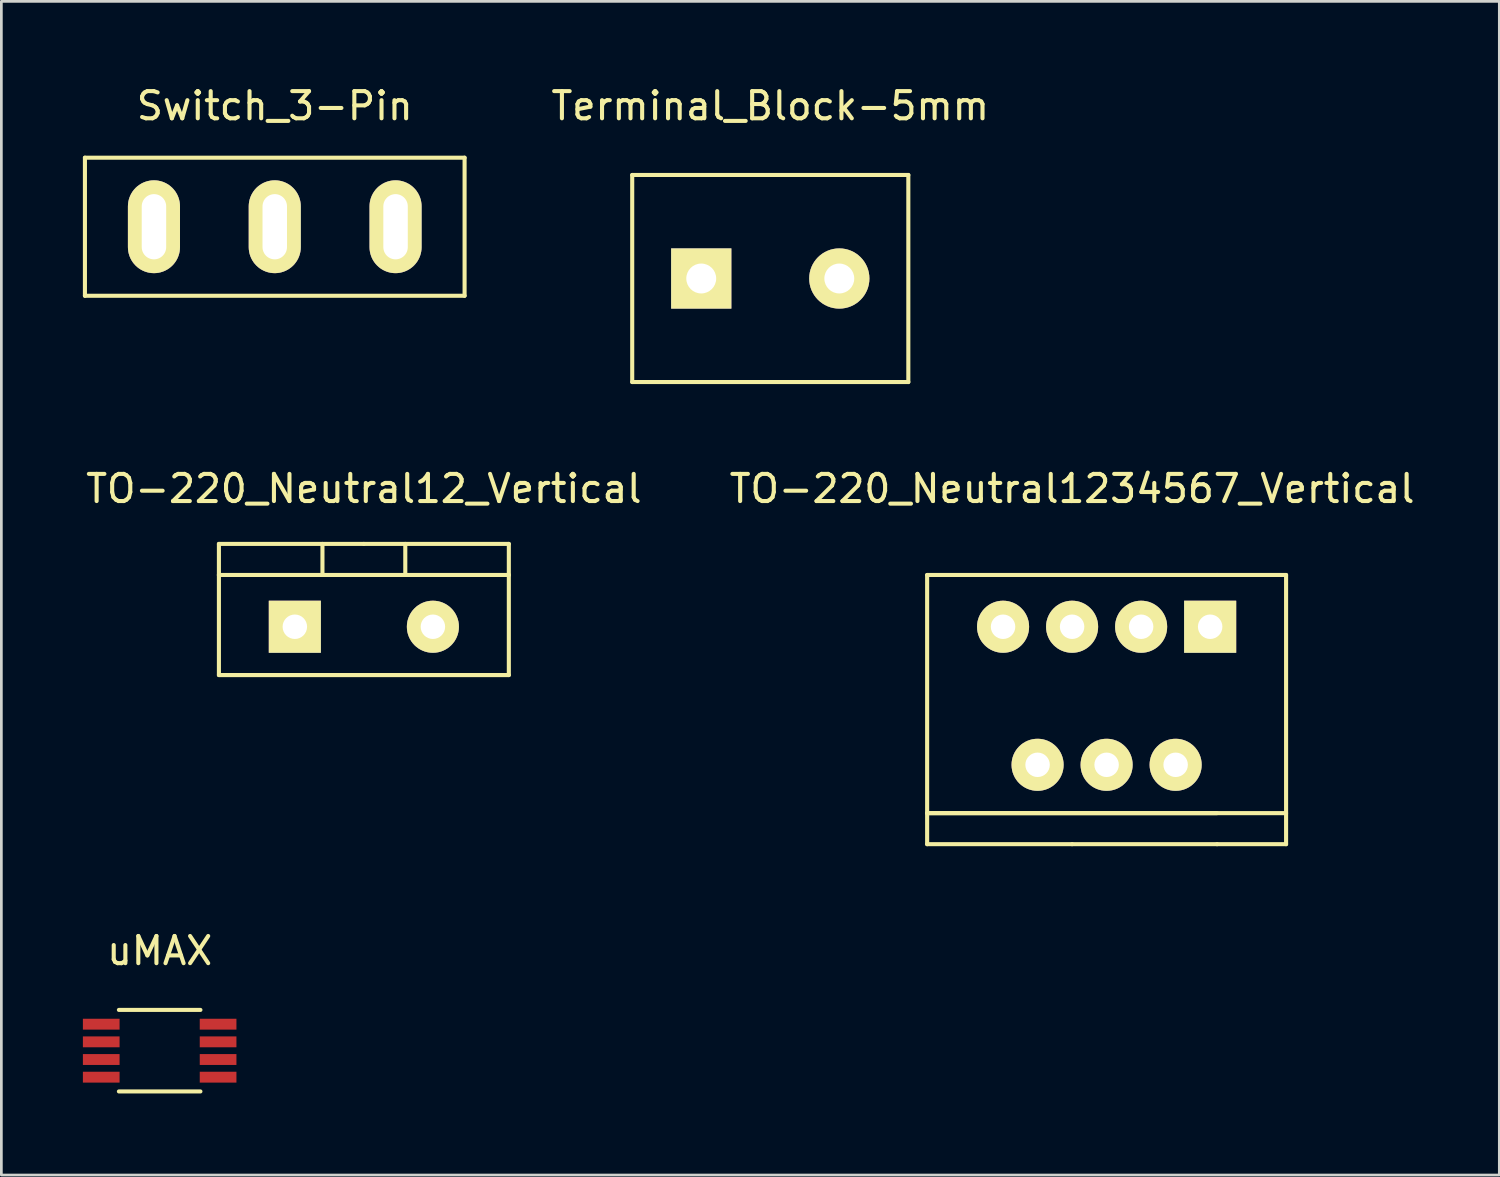
<source format=kicad_pcb>
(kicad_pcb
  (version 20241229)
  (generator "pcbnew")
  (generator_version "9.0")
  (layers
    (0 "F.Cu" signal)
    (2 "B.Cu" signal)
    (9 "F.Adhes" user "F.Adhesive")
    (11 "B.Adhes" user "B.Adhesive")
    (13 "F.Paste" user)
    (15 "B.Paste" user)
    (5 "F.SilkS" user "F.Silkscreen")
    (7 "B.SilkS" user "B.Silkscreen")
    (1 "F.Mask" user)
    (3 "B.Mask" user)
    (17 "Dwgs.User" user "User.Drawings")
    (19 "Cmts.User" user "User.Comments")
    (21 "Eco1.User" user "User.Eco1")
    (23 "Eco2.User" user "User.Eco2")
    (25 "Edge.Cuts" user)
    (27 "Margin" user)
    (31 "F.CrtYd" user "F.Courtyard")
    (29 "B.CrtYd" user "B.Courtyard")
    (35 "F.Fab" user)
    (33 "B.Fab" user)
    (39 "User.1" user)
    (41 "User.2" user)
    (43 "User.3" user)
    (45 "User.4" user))
  (footprint "TO-220_Neutral12_Vertical"
    (layer "F.Cu")
    (at 10.339 20.012)
    (property "Reference" "TO-220_Neutral12_Vertical" (at 0 -5.08 0) (layer "F.SilkS") (effects (font (size 1 1) (thickness 0.15))))
    (attr through_hole)
    (fp_line (start -5.334 -1.905) (end -5.334 -3.048) (stroke (width 0.15) (type solid)) (layer "F.SilkS"))
    (fp_line (start -5.334 1.778) (end -5.334 -1.905) (stroke (width 0.15) (type solid)) (layer "F.SilkS"))
    (fp_line (start -1.524 -3.048) (end -1.524 -1.905) (stroke (width 0.15) (type solid)) (layer "F.SilkS"))
    (fp_line (start 0 -3.048) (end -5.334 -3.048) (stroke (width 0.15) (type solid)) (layer "F.SilkS"))
    (fp_line (start 0 -3.048) (end 5.334 -3.048) (stroke (width 0.15) (type solid)) (layer "F.SilkS"))
    (fp_line (start 1.524 -3.048) (end 1.524 -1.905) (stroke (width 0.15) (type solid)) (layer "F.SilkS"))
    (fp_line (start 5.334 -3.048) (end 5.334 -1.905) (stroke (width 0.15) (type solid)) (layer "F.SilkS"))
    (fp_line (start 5.334 -1.905) (end -5.334 -1.905) (stroke (width 0.15) (type solid)) (layer "F.SilkS"))
    (fp_line (start 5.334 -1.905) (end 5.334 1.778) (stroke (width 0.15) (type solid)) (layer "F.SilkS"))
    (fp_line (start 5.334 1.778) (end -5.334 1.778) (stroke (width 0.15) (type solid)) (layer "F.SilkS"))
    (pad "1" thru_hole rect (at -2.54 0 90) (size 1.916 1.916) (drill 0.9) (layers "*.Cu" "*.Mask" "F.SilkS"))
    (pad "2" thru_hole circle (at 2.54 0 90) (size 1.916 1.916) (drill 0.9) (layers "*.Cu" "*.Mask" "F.SilkS")))
  (footprint "uMAX"
    (layer "F.Cu")
    (at 2.825 34.636)
    (property "Reference" "uMAX" (at 0 -2.7 0) (layer "F.SilkS") (effects (font (size 1 1) (thickness 0.15))))
    (attr through_hole)
    (fp_line (start -1.5 2.475) (end 1.5 2.475) (stroke (width 0.15) (type solid)) (layer "F.SilkS"))
    (fp_line (start 1.5 -0.525) (end -1.5 -0.525) (stroke (width 0.15) (type solid)) (layer "F.SilkS"))
    (pad "1" smd rect (at -2.15 0) (size 1.35 0.4) (layers "F.Cu" "F.Mask" "F.Paste"))
    (pad "2" smd rect (at -2.15 0.65) (size 1.35 0.4) (layers "F.Cu" "F.Mask" "F.Paste"))
    (pad "3" smd rect (at -2.15 1.3) (size 1.35 0.4) (layers "F.Cu" "F.Mask" "F.Paste"))
    (pad "4" smd rect (at -2.15 1.95) (size 1.35 0.4) (layers "F.Cu" "F.Mask" "F.Paste"))
    (pad "5" smd rect (at 2.15 1.95) (size 1.35 0.4) (layers "F.Cu" "F.Mask" "F.Paste"))
    (pad "6" smd rect (at 2.15 1.3) (size 1.35 0.4) (layers "F.Cu" "F.Mask" "F.Paste"))
    (pad "7" smd rect (at 2.15 0.65) (size 1.35 0.4) (layers "F.Cu" "F.Mask" "F.Paste"))
    (pad "8" smd rect (at 2.15 0) (size 1.35 0.4) (layers "F.Cu" "F.Mask" "F.Paste")))
  (footprint "Terminal_Block-5mm"
    (layer "F.Cu")
    (at 25.293 7.198)
    (property "Reference" "Terminal_Block-5mm" (at 0 -6.35 0) (layer "F.SilkS") (effects (font (size 1 1) (thickness 0.15))))
    (attr through_hole)
    (fp_line (start -5.08 -3.81) (end -5.08 3.81) (stroke (width 0.15) (type solid)) (layer "F.SilkS"))
    (fp_line (start -5.08 3.81) (end 5.08 3.81) (stroke (width 0.15) (type solid)) (layer "F.SilkS"))
    (fp_line (start 5.08 -3.81) (end -5.08 -3.81) (stroke (width 0.15) (type solid)) (layer "F.SilkS"))
    (fp_line (start 5.08 3.81) (end 5.08 -3.81) (stroke (width 0.15) (type solid)) (layer "F.SilkS"))
    (pad "1" thru_hole rect (at -2.54 0) (size 2.216 2.216) (drill 1.1) (layers "*.Cu" "*.Mask" "F.SilkS"))
    (pad "2" thru_hole circle (at 2.54 0) (size 2.216 2.216) (drill 1.1) (layers "*.Cu" "*.Mask" "F.SilkS")))
  (footprint "TO-220_Neutral1234567_Vertical"
    (layer "F.Cu")
    (at 36.399 20.012)
    (property "Reference" "TO-220_Neutral1234567_Vertical" (at 0 -5.08 0) (layer "F.SilkS") (effects (font (size 1 1) (thickness 0.15))))
    (attr through_hole)
    (fp_line (start -5.334 -1.905) (end -5.334 8.001) (stroke (width 0.15) (type solid)) (layer "F.SilkS"))
    (fp_line (start -5.334 6.858) (end 7.874 6.858) (stroke (width 0.15) (type solid)) (layer "F.SilkS"))
    (fp_line (start 0 8.001) (end -5.334 8.001) (stroke (width 0.15) (type solid)) (layer "F.SilkS"))
    (fp_line (start 0 8.001) (end 5.334 8.001) (stroke (width 0.15) (type solid)) (layer "F.SilkS"))
    (fp_line (start 5.334 -1.905) (end -5.334 -1.905) (stroke (width 0.15) (type solid)) (layer "F.SilkS"))
    (fp_line (start 5.334 -1.905) (end 7.874 -1.905) (stroke (width 0.15) (type solid)) (layer "F.SilkS"))
    (fp_line (start 5.334 6.858) (end -5.334 6.858) (stroke (width 0.15) (type solid)) (layer "F.SilkS"))
    (fp_line (start 5.334 8.001) (end 7.874 8.001) (stroke (width 0.15) (type solid)) (layer "F.SilkS"))
    (fp_line (start 7.874 -1.905) (end 7.874 8.001) (stroke (width 0.15) (type solid)) (layer "F.SilkS"))
    (pad "1" thru_hole rect (at 5.08 0 90) (size 1.916 1.916) (drill 0.9) (layers "*.Cu" "*.Mask" "F.SilkS"))
    (pad "2" thru_hole circle (at 3.81 5.08 90) (size 1.916 1.916) (drill 0.9) (layers "*.Cu" "*.Mask" "F.SilkS"))
    (pad "3" thru_hole circle (at 2.54 0 90) (size 1.916 1.916) (drill 0.9) (layers "*.Cu" "*.Mask" "F.SilkS"))
    (pad "4" thru_hole circle (at 1.27 5.08 90) (size 1.916 1.916) (drill 0.9) (layers "*.Cu" "*.Mask" "F.SilkS"))
    (pad "5" thru_hole circle (at 0 0 90) (size 1.916 1.916) (drill 0.9) (layers "*.Cu" "*.Mask" "F.SilkS"))
    (pad "6" thru_hole circle (at -1.27 5.08 90) (size 1.916 1.916) (drill 0.9) (layers "*.Cu" "*.Mask" "F.SilkS"))
    (pad "7" thru_hole circle (at -2.54 0 90) (size 1.916 1.916) (drill 0.9) (layers "*.Cu" "*.Mask" "F.SilkS")))
  (footprint "Switch_3-Pin"
    (layer "F.Cu")
    (at 7.06 5.293)
    (property "Reference" "Switch_3-Pin" (at 0 -4.445 0) (layer "F.SilkS") (effects (font (size 1 1) (thickness 0.15))))
    (attr through_hole)
    (fp_line (start -6.985 -2.54) (end 6.985 -2.54) (stroke (width 0.15) (type solid)) (layer "F.SilkS"))
    (fp_line (start -6.985 2.54) (end -6.985 -2.54) (stroke (width 0.15) (type solid)) (layer "F.SilkS"))
    (fp_line (start 6.985 -2.54) (end 6.985 2.54) (stroke (width 0.15) (type solid)) (layer "F.SilkS"))
    (fp_line (start 6.985 2.54) (end -6.985 2.54) (stroke (width 0.15) (type solid)) (layer "F.SilkS"))
    (pad "1" thru_hole oval (at -4.445 0) (size 1.916 3.416) (drill oval 0.9 2.4) (layers "*.Cu" "*.Mask" "F.SilkS"))
    (pad "2" thru_hole oval (at 0 0) (size 1.916 3.416) (drill oval 0.9 2.4) (layers "*.Cu" "*.Mask" "F.SilkS"))
    (pad "3" thru_hole oval (at 4.445 0) (size 1.916 3.416) (drill oval 0.9 2.4) (layers "*.Cu" "*.Mask" "F.SilkS")))
  (gr_rect
    (start -3 -3)
    (end 52.119 40.186)
    (stroke (width 0.1) (type default))
    (fill no)
    (layer "Edge.Cuts")))
</source>
